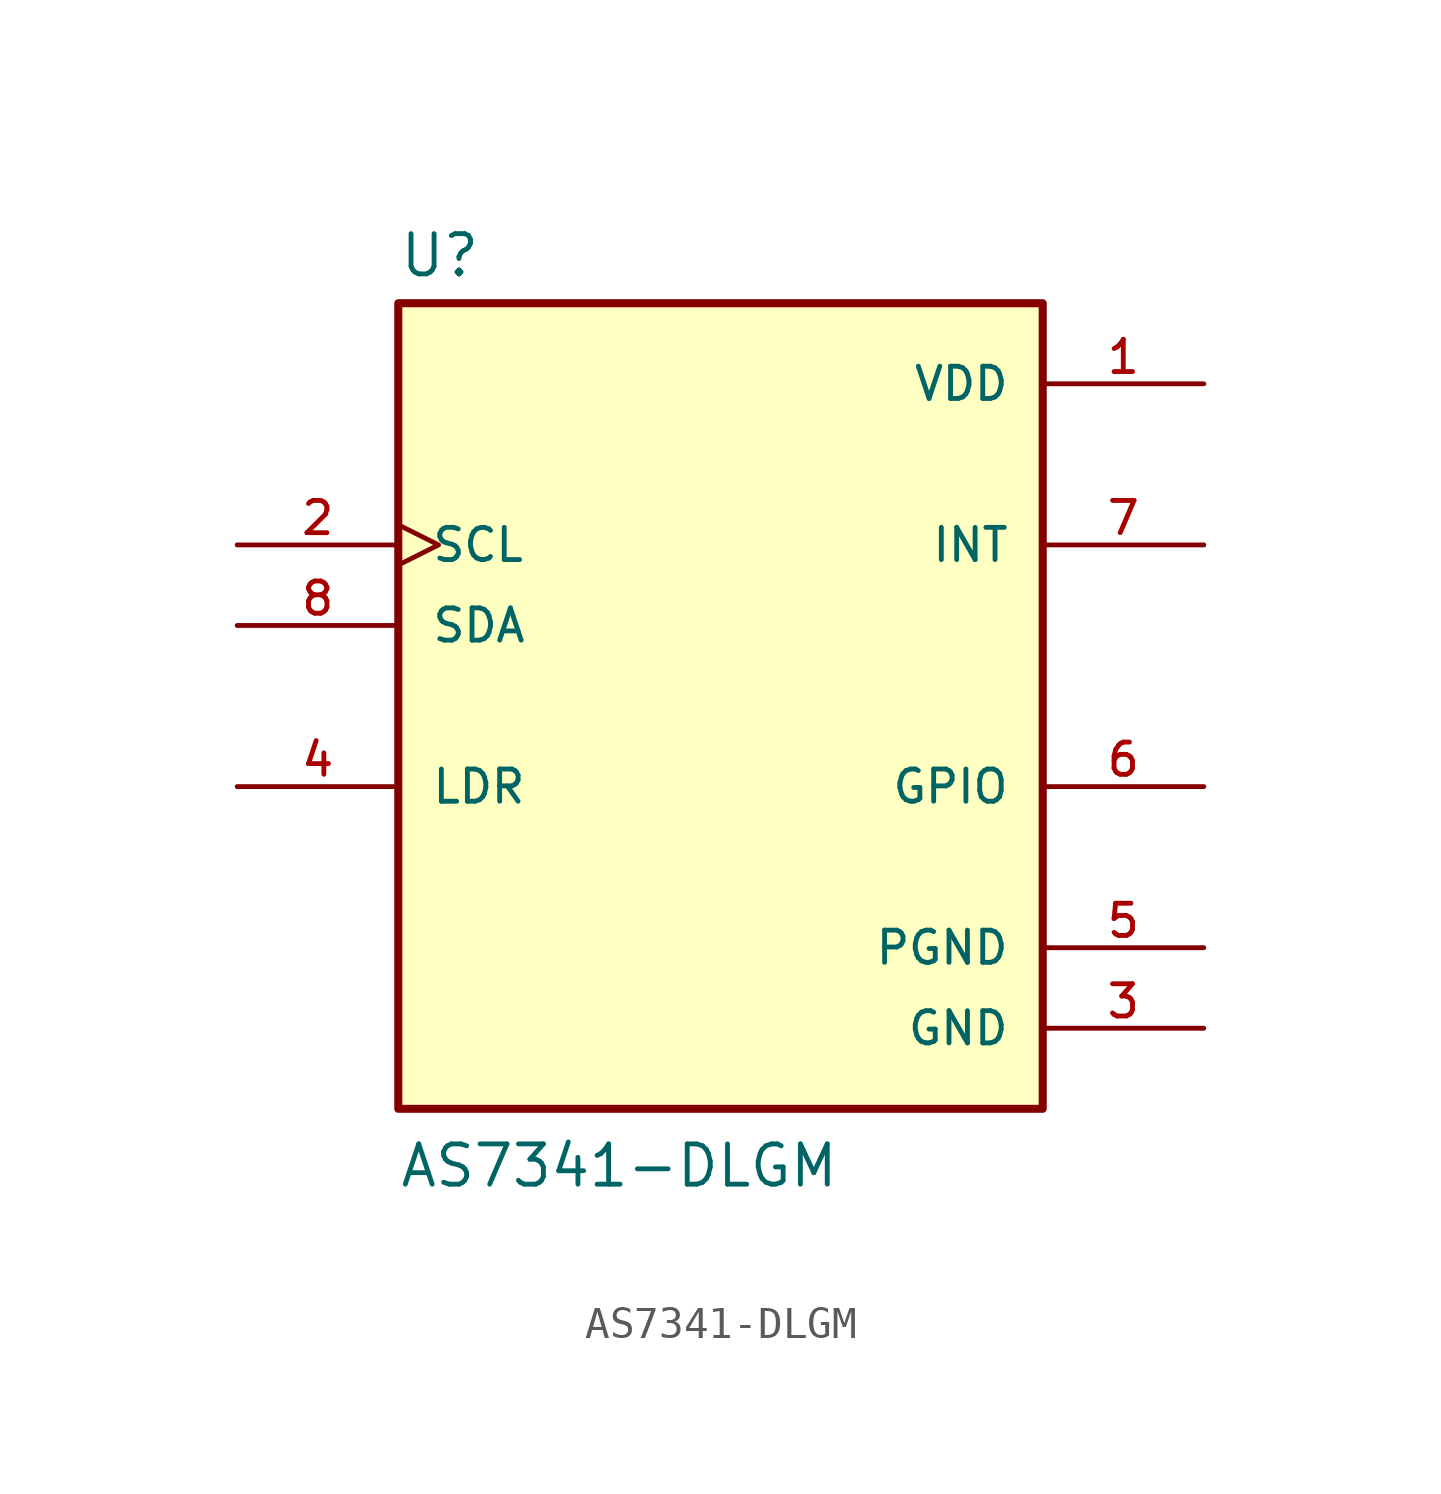
<source format=kicad_sym>
(kicad_symbol_lib
  (version 20211014)
  (generator kicad_symbol_editor)
  (symbol "AS7341-DLGM"
    (pin_names
      (offset 1.016))
    (property "Reference" "U"
      (at -10.16 13.462 0)
      (effects (font (size 1.27 1.27)) (justify bottom left)))
    (property "Value" "AS7341-DLGM"
      (at -10.16 -15.24 0)
      (effects (font (size 1.27 1.27)) (justify bottom left)))
    (symbol "AS7341-DLGM_0_0"
      (rectangle (start -10.16 -12.7) (end 10.16 12.7) (stroke (width 0.254)) (fill (type background)))
      (pin power_in line (at 15.24 10.16 180.0) (length 5.08) (name "VDD" (effects (font (size 1.016 1.016)))) (number "1" (effects (font (size 1.016 1.016)))))
      (pin input clock (at -15.24 5.08 0) (length 5.08) (name "SCL" (effects (font (size 1.016 1.016)))) (number "2" (effects (font (size 1.016 1.016)))))
      (pin input line (at -15.24 -2.54 0) (length 5.08) (name "LDR" (effects (font (size 1.016 1.016)))) (number "4" (effects (font (size 1.016 1.016)))))
      (pin bidirectional line (at -15.24 2.54 0) (length 5.08) (name "SDA" (effects (font (size 1.016 1.016)))) (number "8" (effects (font (size 1.016 1.016)))))
      (pin output line (at 15.24 5.08 180.0) (length 5.08) (name "INT" (effects (font (size 1.016 1.016)))) (number "7" (effects (font (size 1.016 1.016)))))
      (pin bidirectional line (at 15.24 -2.54 180.0) (length 5.08) (name "GPIO" (effects (font (size 1.016 1.016)))) (number "6" (effects (font (size 1.016 1.016)))))
      (pin power_in line (at 15.24 -7.62 180.0) (length 5.08) (name "PGND" (effects (font (size 1.016 1.016)))) (number "5" (effects (font (size 1.016 1.016)))))
      (pin power_in line (at 15.24 -10.16 180.0) (length 5.08) (name "GND" (effects (font (size 1.016 1.016)))) (number "3" (effects (font (size 1.016 1.016))))))))
</source>
